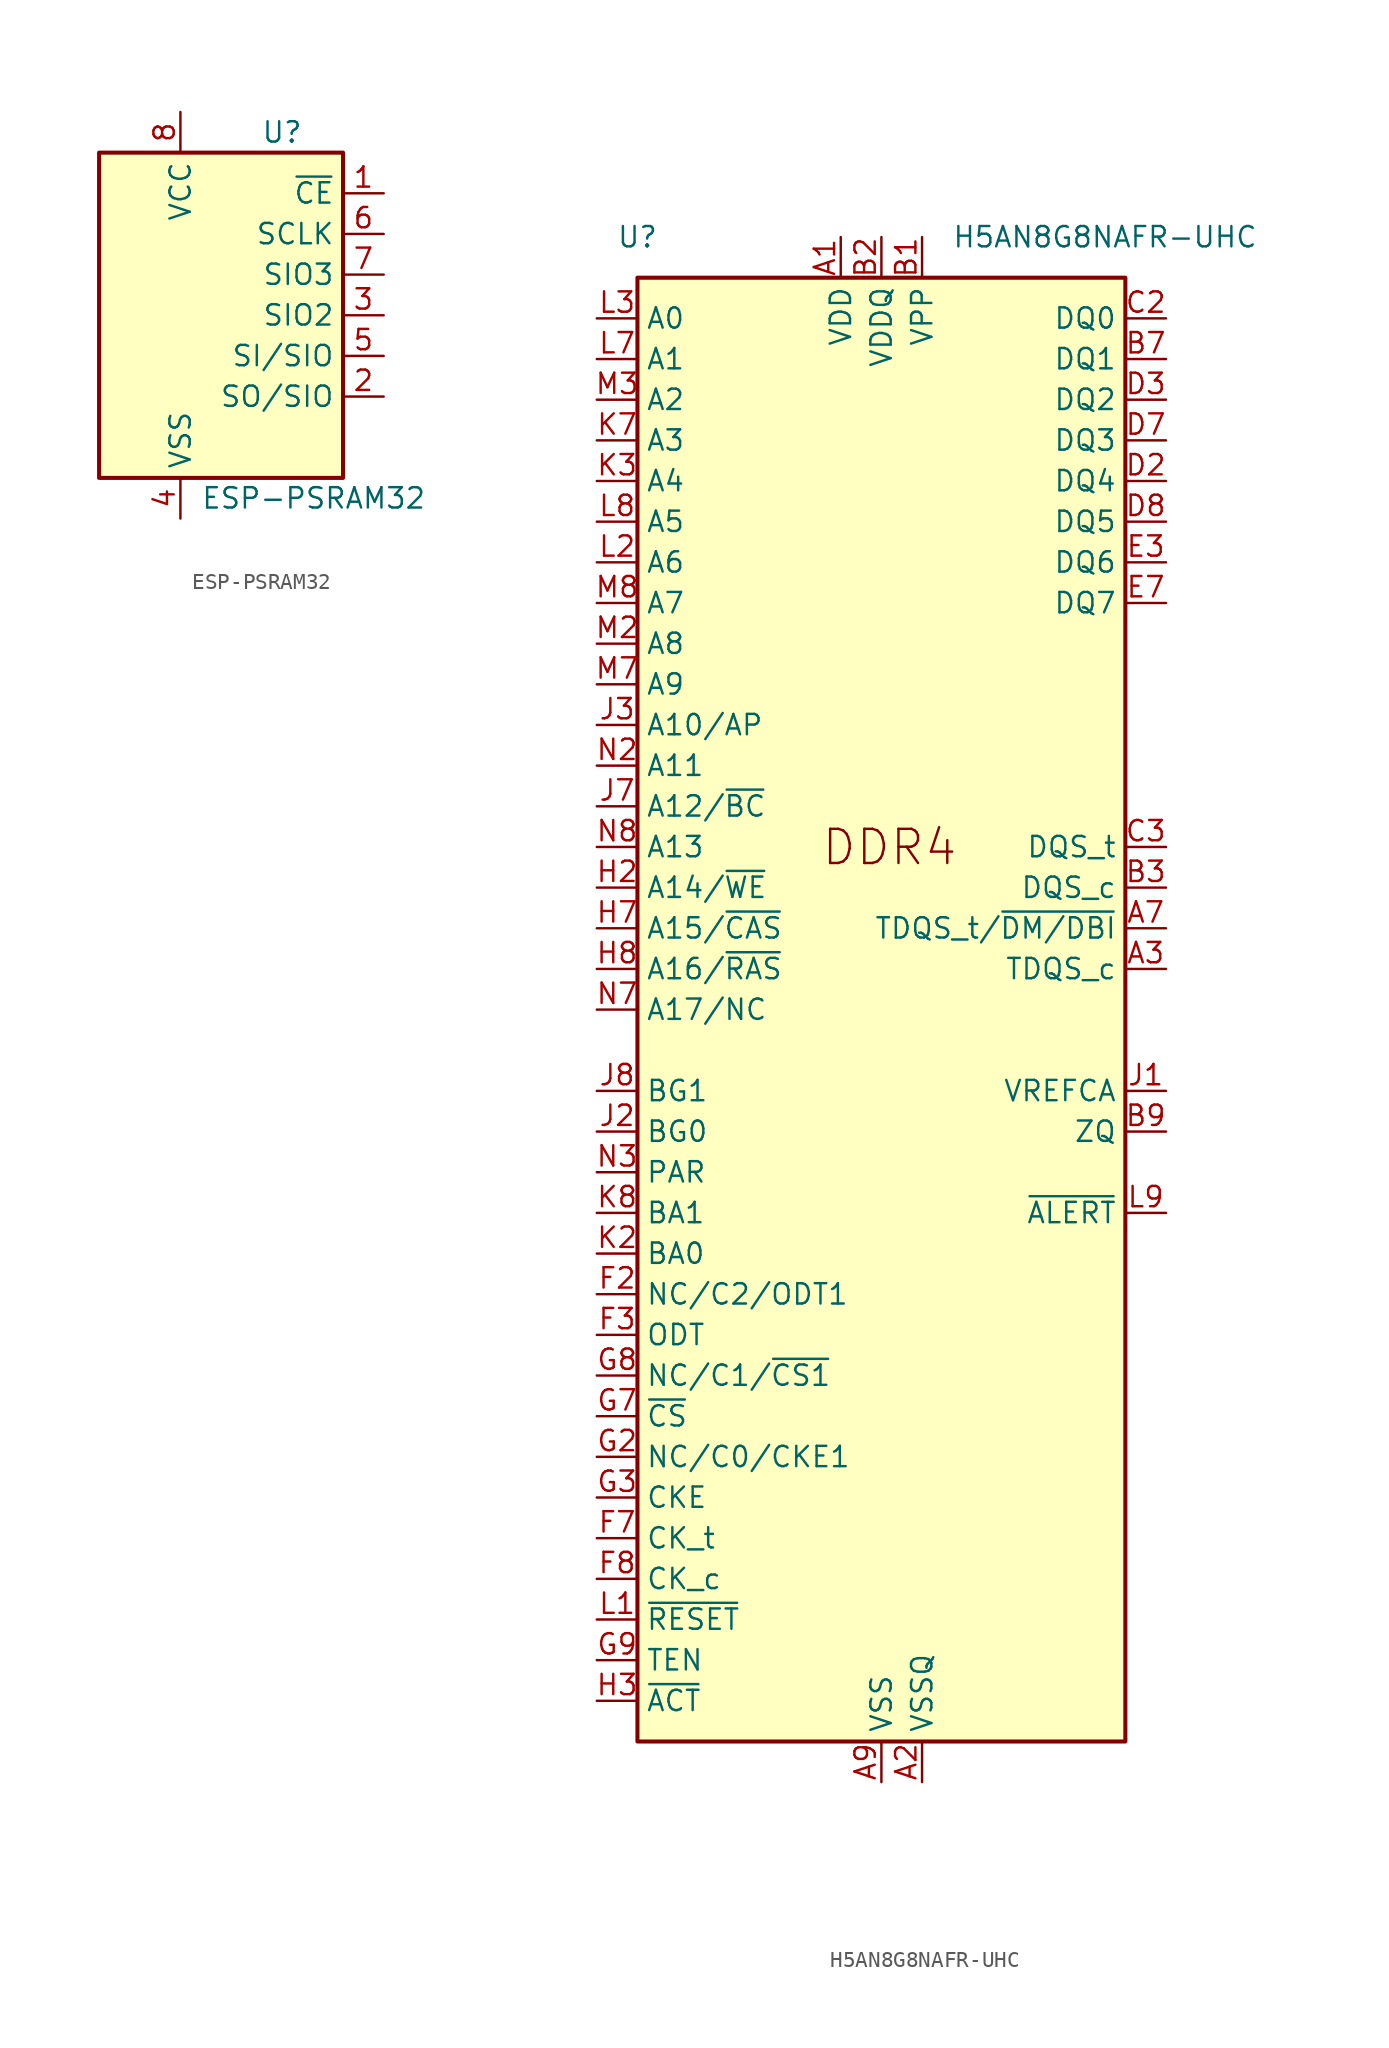
<source format=kicad_sym>
(kicad_symbol_lib
  (version 20241209)
  (generator "kicad_symbol_editor")
  (generator_version "9.0")
  (symbol "ESP-PSRAM32"
    (property "Reference" "U"
      (at 3.81 11.43 0)
      (effects (font (size 1.27 1.27))))
    (property "Value" "ESP-PSRAM32"
      (at -1.27 -11.43 0)
      (effects (font (size 1.27 1.27)) (justify left)))
    (symbol "ESP-PSRAM32_0_1"
      (rectangle (start -7.62 10.16) (end 7.62 -10.16) (stroke (width 0.254) (type default)) (fill (type background))))
    (symbol "ESP-PSRAM32_1_1"
      (pin power_in line (at -2.54 12.7 270) (length 2.54) (name "VCC" (effects (font (size 1.27 1.27)))) (number "8" (effects (font (size 1.27 1.27)))))
      (pin power_in line (at -2.54 -12.7 90) (length 2.54) (name "VSS" (effects (font (size 1.27 1.27)))) (number "4" (effects (font (size 1.27 1.27)))))
      (pin input line (at 10.16 7.62 180) (length 2.54) (name "~{CE}" (effects (font (size 1.27 1.27)))) (number "1" (effects (font (size 1.27 1.27)))))
      (pin output line (at 10.16 5.08 180) (length 2.54) (name "SCLK" (effects (font (size 1.27 1.27)))) (number "6" (effects (font (size 1.27 1.27)))))
      (pin bidirectional line (at 10.16 2.54 180) (length 2.54) (name "SIO3" (effects (font (size 1.27 1.27)))) (number "7" (effects (font (size 1.27 1.27)))))
      (pin bidirectional line (at 10.16 0 180) (length 2.54) (name "SIO2" (effects (font (size 1.27 1.27)))) (number "3" (effects (font (size 1.27 1.27)))))
      (pin input line (at 10.16 -2.54 180) (length 2.54) (name "SI/SIO" (effects (font (size 1.27 1.27)))) (number "5" (effects (font (size 1.27 1.27)))))
      (pin output line (at 10.16 -5.08 180) (length 2.54) (name "SO/SIO" (effects (font (size 1.27 1.27)))) (number "2" (effects (font (size 1.27 1.27)))))))
  (symbol "H5AN8G8NAFR-UHC"
    (property "Reference" "U"
      (at -15.24 48.26 0)
      (effects (font (size 1.27 1.27))))
    (property "Value" "H5AN8G8NAFR-UHC"
      (at 13.97 48.26 0)
      (effects (font (size 1.27 1.27))))
    (symbol "H5AN8G8NAFR-UHC_0_1"
      (rectangle (start -15.24 -45.72) (end 15.24 45.72) (stroke (width 0.254) (type default)) (fill (type background)))
      (pin input line (at -17.78 43.18 0) (length 2.54) (name "A0" (effects (font (size 1.27 1.27)))) (number "L3" (effects (font (size 1.27 1.27)))))
      (pin input line (at -17.78 40.64 0) (length 2.54) (name "A1" (effects (font (size 1.27 1.27)))) (number "L7" (effects (font (size 1.27 1.27)))))
      (pin input line (at -17.78 38.1 0) (length 2.54) (name "A2" (effects (font (size 1.27 1.27)))) (number "M3" (effects (font (size 1.27 1.27)))))
      (pin input line (at -17.78 35.56 0) (length 2.54) (name "A3" (effects (font (size 1.27 1.27)))) (number "K7" (effects (font (size 1.27 1.27)))))
      (pin input line (at -17.78 33.02 0) (length 2.54) (name "A4" (effects (font (size 1.27 1.27)))) (number "K3" (effects (font (size 1.27 1.27)))))
      (pin input line (at -17.78 30.48 0) (length 2.54) (name "A5" (effects (font (size 1.27 1.27)))) (number "L8" (effects (font (size 1.27 1.27)))))
      (pin input line (at -17.78 27.94 0) (length 2.54) (name "A6" (effects (font (size 1.27 1.27)))) (number "L2" (effects (font (size 1.27 1.27)))))
      (pin input line (at -17.78 25.4 0) (length 2.54) (name "A7" (effects (font (size 1.27 1.27)))) (number "M8" (effects (font (size 1.27 1.27)))))
      (pin input line (at -17.78 22.86 0) (length 2.54) (name "A8" (effects (font (size 1.27 1.27)))) (number "M2" (effects (font (size 1.27 1.27)))))
      (pin input line (at -17.78 20.32 0) (length 2.54) (name "A9" (effects (font (size 1.27 1.27)))) (number "M7" (effects (font (size 1.27 1.27)))))
      (pin input line (at -17.78 17.78 0) (length 2.54) (name "A10/AP" (effects (font (size 1.27 1.27)))) (number "J3" (effects (font (size 1.27 1.27)))))
      (pin input line (at -17.78 15.24 0) (length 2.54) (name "A11" (effects (font (size 1.27 1.27)))) (number "N2" (effects (font (size 1.27 1.27)))))
      (pin input line (at -17.78 12.7 0) (length 2.54) (name "A12/~{BC}" (effects (font (size 1.27 1.27)))) (number "J7" (effects (font (size 1.27 1.27)))))
      (pin input line (at -17.78 10.16 0) (length 2.54) (name "A13" (effects (font (size 1.27 1.27)))) (number "N8" (effects (font (size 1.27 1.27)))))
      (pin input line (at -17.78 7.62 0) (length 2.54) (name "A14/~{WE}" (effects (font (size 1.27 1.27)))) (number "H2" (effects (font (size 1.27 1.27)))))
      (pin input line (at -17.78 5.08 0) (length 2.54) (name "A15/~{CAS}" (effects (font (size 1.27 1.27)))) (number "H7" (effects (font (size 1.27 1.27)))))
      (pin input line (at -17.78 2.54 0) (length 2.54) (name "A16/~{RAS}" (effects (font (size 1.27 1.27)))) (number "H8" (effects (font (size 1.27 1.27)))))
      (pin passive line (at -17.78 0 0) (length 2.54) (name "A17/NC" (effects (font (size 1.27 1.27)))) (number "N7" (effects (font (size 1.27 1.27)))))
      (pin input line (at -17.78 -5.08 0) (length 2.54) (name "BG1" (effects (font (size 1.27 1.27)))) (number "J8" (effects (font (size 1.27 1.27)))))
      (pin input line (at -17.78 -7.62 0) (length 2.54) (name "BG0" (effects (font (size 1.27 1.27)))) (number "J2" (effects (font (size 1.27 1.27)))))
      (pin input line (at -17.78 -10.16 0) (length 2.54) (name "PAR" (effects (font (size 1.27 1.27)))) (number "N3" (effects (font (size 1.27 1.27)))))
      (pin input line (at -17.78 -12.7 0) (length 2.54) (name "BA1" (effects (font (size 1.27 1.27)))) (number "K8" (effects (font (size 1.27 1.27)))))
      (pin input line (at -17.78 -15.24 0) (length 2.54) (name "BA0" (effects (font (size 1.27 1.27)))) (number "K2" (effects (font (size 1.27 1.27)))))
      (pin passive line (at -17.78 -17.78 0) (length 2.54) (name "NC/C2/ODT1" (effects (font (size 1.27 1.27)))) (number "F2" (effects (font (size 1.27 1.27)))))
      (pin input line (at -17.78 -20.32 0) (length 2.54) (name "ODT" (effects (font (size 1.27 1.27)))) (number "F3" (effects (font (size 1.27 1.27)))))
      (pin passive line (at -17.78 -22.86 0) (length 2.54) (name "NC/C1/~{CS1}" (effects (font (size 1.27 1.27)))) (number "G8" (effects (font (size 1.27 1.27)))))
      (pin input line (at -17.78 -25.4 0) (length 2.54) (name "~{CS}" (effects (font (size 1.27 1.27)))) (number "G7" (effects (font (size 1.27 1.27)))))
      (pin passive line (at -17.78 -27.94 0) (length 2.54) (name "NC/C0/CKE1" (effects (font (size 1.27 1.27)))) (number "G2" (effects (font (size 1.27 1.27)))))
      (pin input line (at -17.78 -30.48 0) (length 2.54) (name "CKE" (effects (font (size 1.27 1.27)))) (number "G3" (effects (font (size 1.27 1.27)))))
      (pin input line (at -17.78 -33.02 0) (length 2.54) (name "CK_t" (effects (font (size 1.27 1.27)))) (number "F7" (effects (font (size 1.27 1.27)))))
      (pin input line (at -17.78 -35.56 0) (length 2.54) (name "CK_c" (effects (font (size 1.27 1.27)))) (number "F8" (effects (font (size 1.27 1.27)))))
      (pin input line (at -17.78 -38.1 0) (length 2.54) (name "~{RESET}" (effects (font (size 1.27 1.27)))) (number "L1" (effects (font (size 1.27 1.27)))))
      (pin input line (at -17.78 -40.64 0) (length 2.54) (name "TEN" (effects (font (size 1.27 1.27)))) (number "G9" (effects (font (size 1.27 1.27)))))
      (pin input line (at -17.78 -43.18 0) (length 2.54) (name "~{ACT}" (effects (font (size 1.27 1.27)))) (number "H3" (effects (font (size 1.27 1.27)))))
      (pin power_in line (at -2.54 48.26 270) (length 2.54) (name "VDD" (effects (font (size 1.27 1.27)))) (number "A1" (effects (font (size 1.27 1.27)))))
      (pin passive line (at -2.54 48.26 270) (length 2.54) (hide yes) (name "VDD" (effects (font (size 1.27 1.27)))) (number "C7" (effects (font (size 1.27 1.27)))))
      (pin passive line (at -2.54 48.26 270) (length 2.54) (hide yes) (name "VDD" (effects (font (size 1.27 1.27)))) (number "F1" (effects (font (size 1.27 1.27)))))
      (pin passive line (at -2.54 48.26 270) (length 2.54) (hide yes) (name "VDD" (effects (font (size 1.27 1.27)))) (number "F9" (effects (font (size 1.27 1.27)))))
      (pin passive line (at -2.54 48.26 270) (length 2.54) (hide yes) (name "VDD" (effects (font (size 1.27 1.27)))) (number "H1" (effects (font (size 1.27 1.27)))))
      (pin passive line (at -2.54 48.26 270) (length 2.54) (hide yes) (name "VDD" (effects (font (size 1.27 1.27)))) (number "J9" (effects (font (size 1.27 1.27)))))
      (pin passive line (at -2.54 48.26 270) (length 2.54) (hide yes) (name "VDD" (effects (font (size 1.27 1.27)))) (number "M1" (effects (font (size 1.27 1.27)))))
      (pin passive line (at -2.54 48.26 270) (length 2.54) (hide yes) (name "VDD" (effects (font (size 1.27 1.27)))) (number "N9" (effects (font (size 1.27 1.27)))))
      (pin power_in line (at 0 48.26 270) (length 2.54) (name "VDDQ" (effects (font (size 1.27 1.27)))) (number "B2" (effects (font (size 1.27 1.27)))))
      (pin passive line (at 0 48.26 270) (length 2.54) (hide yes) (name "VDDQ" (effects (font (size 1.27 1.27)))) (number "B8" (effects (font (size 1.27 1.27)))))
      (pin passive line (at 0 48.26 270) (length 2.54) (hide yes) (name "VDDQ" (effects (font (size 1.27 1.27)))) (number "C1" (effects (font (size 1.27 1.27)))))
      (pin passive line (at 0 48.26 270) (length 2.54) (hide yes) (name "VDDQ" (effects (font (size 1.27 1.27)))) (number "C9" (effects (font (size 1.27 1.27)))))
      (pin passive line (at 0 48.26 270) (length 2.54) (hide yes) (name "VDDQ" (effects (font (size 1.27 1.27)))) (number "E2" (effects (font (size 1.27 1.27)))))
      (pin passive line (at 0 48.26 270) (length 2.54) (hide yes) (name "VDDQ" (effects (font (size 1.27 1.27)))) (number "E8" (effects (font (size 1.27 1.27)))))
      (pin power_in line (at 0 -48.26 90) (length 2.54) (name "VSS" (effects (font (size 1.27 1.27)))) (number "A9" (effects (font (size 1.27 1.27)))))
      (pin passive line (at 0 -48.26 90) (length 2.54) (hide yes) (name "VSS" (effects (font (size 1.27 1.27)))) (number "C8" (effects (font (size 1.27 1.27)))))
      (pin passive line (at 0 -48.26 90) (length 2.54) (hide yes) (name "VSS" (effects (font (size 1.27 1.27)))) (number "E1" (effects (font (size 1.27 1.27)))))
      (pin passive line (at 0 -48.26 90) (length 2.54) (hide yes) (name "VSS" (effects (font (size 1.27 1.27)))) (number "E9" (effects (font (size 1.27 1.27)))))
      (pin passive line (at 0 -48.26 90) (length 2.54) (hide yes) (name "VSS" (effects (font (size 1.27 1.27)))) (number "G1" (effects (font (size 1.27 1.27)))))
      (pin passive line (at 0 -48.26 90) (length 2.54) (hide yes) (name "VSS" (effects (font (size 1.27 1.27)))) (number "H9" (effects (font (size 1.27 1.27)))))
      (pin passive line (at 0 -48.26 90) (length 2.54) (hide yes) (name "VSS" (effects (font (size 1.27 1.27)))) (number "K1" (effects (font (size 1.27 1.27)))))
      (pin passive line (at 0 -48.26 90) (length 2.54) (hide yes) (name "VSS" (effects (font (size 1.27 1.27)))) (number "K9" (effects (font (size 1.27 1.27)))))
      (pin passive line (at 0 -48.26 90) (length 2.54) (hide yes) (name "VSS" (effects (font (size 1.27 1.27)))) (number "N1" (effects (font (size 1.27 1.27)))))
      (pin power_in line (at 2.54 48.26 270) (length 2.54) (name "VPP" (effects (font (size 1.27 1.27)))) (number "B1" (effects (font (size 1.27 1.27)))))
      (pin passive line (at 2.54 48.26 270) (length 2.54) (hide yes) (name "VPP" (effects (font (size 1.27 1.27)))) (number "M9" (effects (font (size 1.27 1.27)))))
      (pin power_in line (at 2.54 -48.26 90) (length 2.54) (name "VSSQ" (effects (font (size 1.27 1.27)))) (number "A2" (effects (font (size 1.27 1.27)))))
      (pin passive line (at 2.54 -48.26 90) (length 2.54) (hide yes) (name "VSSQ" (effects (font (size 1.27 1.27)))) (number "A8" (effects (font (size 1.27 1.27)))))
      (pin passive line (at 2.54 -48.26 90) (length 2.54) (hide yes) (name "VSSQ" (effects (font (size 1.27 1.27)))) (number "D1" (effects (font (size 1.27 1.27)))))
      (pin passive line (at 2.54 -48.26 90) (length 2.54) (hide yes) (name "VSSQ" (effects (font (size 1.27 1.27)))) (number "D9" (effects (font (size 1.27 1.27)))))
      (pin bidirectional line (at 17.78 43.18 180) (length 2.54) (name "DQ0" (effects (font (size 1.27 1.27)))) (number "C2" (effects (font (size 1.27 1.27)))))
      (pin bidirectional line (at 17.78 40.64 180) (length 2.54) (name "DQ1" (effects (font (size 1.27 1.27)))) (number "B7" (effects (font (size 1.27 1.27)))))
      (pin bidirectional line (at 17.78 38.1 180) (length 2.54) (name "DQ2" (effects (font (size 1.27 1.27)))) (number "D3" (effects (font (size 1.27 1.27)))))
      (pin bidirectional line (at 17.78 35.56 180) (length 2.54) (name "DQ3" (effects (font (size 1.27 1.27)))) (number "D7" (effects (font (size 1.27 1.27)))))
      (pin bidirectional line (at 17.78 33.02 180) (length 2.54) (name "DQ4" (effects (font (size 1.27 1.27)))) (number "D2" (effects (font (size 1.27 1.27)))))
      (pin bidirectional line (at 17.78 30.48 180) (length 2.54) (name "DQ5" (effects (font (size 1.27 1.27)))) (number "D8" (effects (font (size 1.27 1.27)))))
      (pin bidirectional line (at 17.78 27.94 180) (length 2.54) (name "DQ6" (effects (font (size 1.27 1.27)))) (number "E3" (effects (font (size 1.27 1.27)))))
      (pin bidirectional line (at 17.78 25.4 180) (length 2.54) (name "DQ7" (effects (font (size 1.27 1.27)))) (number "E7" (effects (font (size 1.27 1.27)))))
      (pin bidirectional line (at 17.78 10.16 180) (length 2.54) (name "DQS_t" (effects (font (size 1.27 1.27)))) (number "C3" (effects (font (size 1.27 1.27)))))
      (pin bidirectional line (at 17.78 7.62 180) (length 2.54) (name "DQS_c" (effects (font (size 1.27 1.27)))) (number "B3" (effects (font (size 1.27 1.27)))))
      (pin bidirectional line (at 17.78 5.08 180) (length 2.54) (name "TDQS_t/~{DM/DBI}" (effects (font (size 1.27 1.27)))) (number "A7" (effects (font (size 1.27 1.27)))))
      (pin output line (at 17.78 2.54 180) (length 2.54) (name "TDQS_c" (effects (font (size 1.27 1.27)))) (number "A3" (effects (font (size 1.27 1.27)))))
      (pin passive line (at 17.78 -5.08 180) (length 2.54) (name "VREFCA" (effects (font (size 1.27 1.27)))) (number "J1" (effects (font (size 1.27 1.27)))))
      (pin passive line (at 17.78 -7.62 180) (length 2.54) (name "ZQ" (effects (font (size 1.27 1.27)))) (number "B9" (effects (font (size 1.27 1.27)))))
      (pin open_collector line (at 17.78 -12.7 180) (length 2.54) (name "~{ALERT}" (effects (font (size 1.27 1.27)))) (number "L9" (effects (font (size 1.27 1.27))))))
    (symbol "H5AN8G8NAFR-UHC_1_1"
      (text "DDR4" (at -3.81 8.89 0) (effects (font (size 2.134 2.134)) (justify left bottom))))))
</source>
